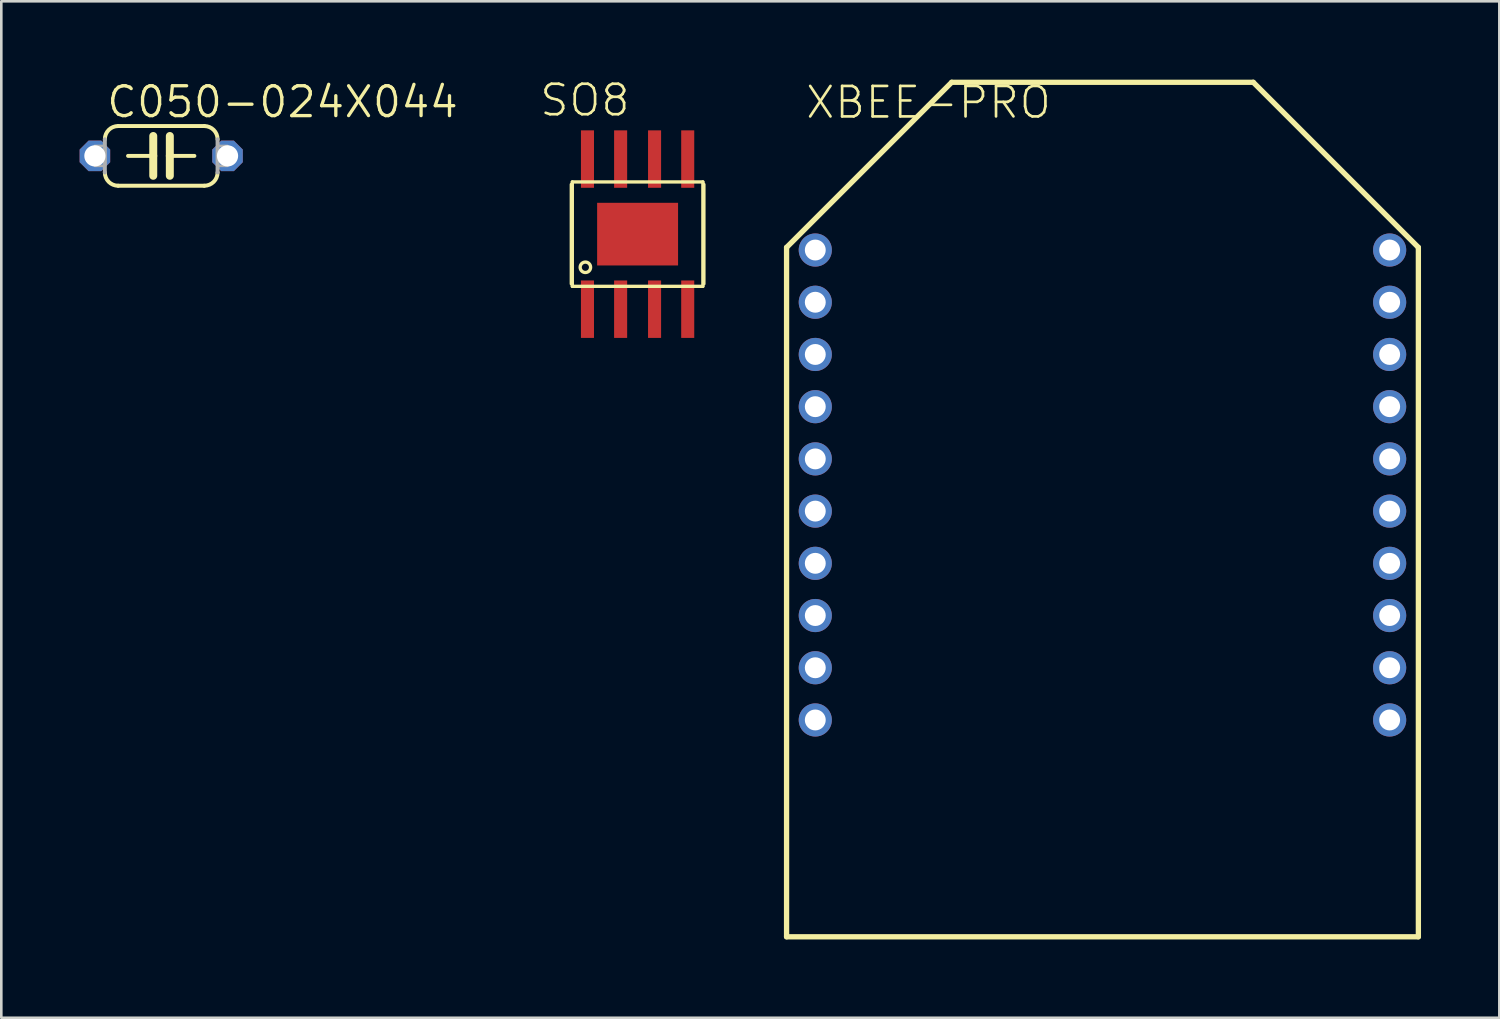
<source format=kicad_pcb>
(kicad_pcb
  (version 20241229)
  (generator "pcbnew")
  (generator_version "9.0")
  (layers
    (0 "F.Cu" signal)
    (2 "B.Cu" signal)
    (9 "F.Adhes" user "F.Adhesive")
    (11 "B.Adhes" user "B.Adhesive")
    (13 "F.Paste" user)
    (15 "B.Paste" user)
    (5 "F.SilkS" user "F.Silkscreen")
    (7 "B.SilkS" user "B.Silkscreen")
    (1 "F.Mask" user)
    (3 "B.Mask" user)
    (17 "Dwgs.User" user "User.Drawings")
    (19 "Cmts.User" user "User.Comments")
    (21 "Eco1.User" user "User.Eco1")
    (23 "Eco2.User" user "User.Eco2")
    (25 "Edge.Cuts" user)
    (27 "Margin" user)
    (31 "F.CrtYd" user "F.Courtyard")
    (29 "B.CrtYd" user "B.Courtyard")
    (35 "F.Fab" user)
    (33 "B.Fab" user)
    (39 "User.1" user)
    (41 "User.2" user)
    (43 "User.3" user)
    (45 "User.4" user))
  (footprint "SO8"
    (layer "F.Cu")
    (at 21.372 5.918)
    (property "Reference" "SO8" (at -3.81 -4.445 0) (layer "F.SilkS") (effects (font (size 1.168 1.168) (thickness 0.102)) (justify left bottom)))
    (fp_line (start -2.54 -1.905) (end -2.54 1.905) (stroke (width 0.127) (type solid)) (layer "F.SilkS"))
    (fp_line (start -2.5 -2) (end 2.5 -2) (stroke (width 0.127) (type solid)) (layer "F.SilkS"))
    (fp_line (start -2.5 2) (end -2.5 -2) (stroke (width 0.127) (type solid)) (layer "F.SilkS"))
    (fp_line (start 2.5 -2) (end 2.5 2) (stroke (width 0.127) (type solid)) (layer "F.SilkS"))
    (fp_line (start 2.5 2) (end -2.5 2) (stroke (width 0.127) (type solid)) (layer "F.SilkS"))
    (fp_line (start 2.54 -1.905) (end 2.54 1.905) (stroke (width 0.127) (type solid)) (layer "F.SilkS"))
    (fp_circle (center -2 1.27) (end -1.8 1.27) (stroke (width 0.127) (type solid)) (fill no) (layer "F.SilkS"))
    (pad "P$1" smd rect (at -1.92 2.875) (size 0.5 2.2) (layers "F.Cu" "F.Mask" "F.Paste"))
    (pad "P$2" smd rect (at -0.65 2.875) (size 0.5 2.2) (layers "F.Cu" "F.Mask" "F.Paste"))
    (pad "P$3" smd rect (at 0.65 2.875) (size 0.5 2.2) (layers "F.Cu" "F.Mask" "F.Paste"))
    (pad "P$4" smd rect (at 1.92 2.875) (size 0.5 2.2) (layers "F.Cu" "F.Mask" "F.Paste"))
    (pad "P$5" smd rect (at 1.92 -2.875) (size 0.5 2.2) (layers "F.Cu" "F.Mask" "F.Paste"))
    (pad "P$6" smd rect (at 0.65 -2.875) (size 0.5 2.2) (layers "F.Cu" "F.Mask" "F.Paste"))
    (pad "P$7" smd rect (at -0.65 -2.875) (size 0.5 2.2) (layers "F.Cu" "F.Mask" "F.Paste"))
    (pad "P$8" smd rect (at -1.92 -2.875) (size 0.5 2.2) (layers "F.Cu" "F.Mask" "F.Paste"))
    (pad "PAD" smd rect (at 0 0) (size 3.1 2.4) (layers "F.Cu" "F.Mask" "F.Paste")))
  (footprint "XBEE-PRO"
    (layer "F.Cu")
    (at 39.178 15.527)
    (property "Reference" "XBEE-PRO" (at -11.43 -13.97 0) (layer "F.SilkS") (effects (font (size 1.168 1.168) (thickness 0.102)) (justify left bottom)))
    (fp_line (start -12.1 -9.1) (end -5.775 -15.425) (stroke (width 0.203) (type solid)) (layer "F.SilkS"))
    (fp_line (start -12.1 17.305) (end -12.1 -9.1) (stroke (width 0.203) (type solid)) (layer "F.SilkS"))
    (fp_line (start -5.775 -15.425) (end 5.775 -15.425) (stroke (width 0.203) (type solid)) (layer "F.SilkS"))
    (fp_line (start 5.775 -15.425) (end 12.1 -9.1) (stroke (width 0.203) (type solid)) (layer "F.SilkS"))
    (fp_line (start 12.1 -9.1) (end 12.1 17.305) (stroke (width 0.203) (type solid)) (layer "F.SilkS"))
    (fp_line (start 12.1 17.305) (end -12.1 17.305) (stroke (width 0.203) (type solid)) (layer "F.SilkS"))
    (pad "1" thru_hole circle (at -11 -9) (size 1.27 1.27) (drill 0.8) (layers "*.Cu" "*.Mask"))
    (pad "2" thru_hole circle (at -11 -7) (size 1.27 1.27) (drill 0.8) (layers "*.Cu" "*.Mask"))
    (pad "3" thru_hole circle (at -11 -5) (size 1.27 1.27) (drill 0.8) (layers "*.Cu" "*.Mask"))
    (pad "4" thru_hole circle (at -11 -3) (size 1.27 1.27) (drill 0.8) (layers "*.Cu" "*.Mask"))
    (pad "5" thru_hole circle (at -11 -1) (size 1.27 1.27) (drill 0.8) (layers "*.Cu" "*.Mask"))
    (pad "6" thru_hole circle (at -11 1) (size 1.27 1.27) (drill 0.8) (layers "*.Cu" "*.Mask"))
    (pad "7" thru_hole circle (at -11 3) (size 1.27 1.27) (drill 0.8) (layers "*.Cu" "*.Mask"))
    (pad "8" thru_hole circle (at -11 5) (size 1.27 1.27) (drill 0.8) (layers "*.Cu" "*.Mask"))
    (pad "9" thru_hole circle (at -11 7) (size 1.27 1.27) (drill 0.8) (layers "*.Cu" "*.Mask"))
    (pad "10" thru_hole circle (at -11 9) (size 1.27 1.27) (drill 0.8) (layers "*.Cu" "*.Mask"))
    (pad "11" thru_hole circle (at 11 9 180) (size 1.27 1.27) (drill 0.8) (layers "*.Cu" "*.Mask"))
    (pad "12" thru_hole circle (at 11 7 180) (size 1.27 1.27) (drill 0.8) (layers "*.Cu" "*.Mask"))
    (pad "13" thru_hole circle (at 11 5 180) (size 1.27 1.27) (drill 0.8) (layers "*.Cu" "*.Mask"))
    (pad "14" thru_hole circle (at 11 3 180) (size 1.27 1.27) (drill 0.8) (layers "*.Cu" "*.Mask"))
    (pad "15" thru_hole circle (at 11 1 180) (size 1.27 1.27) (drill 0.8) (layers "*.Cu" "*.Mask"))
    (pad "16" thru_hole circle (at 11 -1 180) (size 1.27 1.27) (drill 0.8) (layers "*.Cu" "*.Mask"))
    (pad "17" thru_hole circle (at 11 -3 180) (size 1.27 1.27) (drill 0.8) (layers "*.Cu" "*.Mask"))
    (pad "18" thru_hole circle (at 11 -5 180) (size 1.27 1.27) (drill 0.8) (layers "*.Cu" "*.Mask"))
    (pad "19" thru_hole circle (at 11 -7 180) (size 1.27 1.27) (drill 0.8) (layers "*.Cu" "*.Mask"))
    (pad "20" thru_hole circle (at 11 -9 180) (size 1.27 1.27) (drill 0.8) (layers "*.Cu" "*.Mask")))
  (footprint "C050-024X044"
    (layer "F.Cu")
    (at 3.125 2.921)
    (property "Reference" "C050-024X044" (at -2.159 -1.397 0) (layer "F.SilkS") (effects (font (size 1.143 1.143) (thickness 0.127)) (justify left bottom)))
    (fp_line (start -1.27 0) (end -0.305 0) (stroke (width 0.152) (type solid)) (layer "F.SilkS"))
    (fp_line (start -0.305 -0.762) (end -0.305 0) (stroke (width 0.305) (type solid)) (layer "F.SilkS"))
    (fp_line (start -0.305 0) (end -0.305 0.762) (stroke (width 0.305) (type solid)) (layer "F.SilkS"))
    (fp_line (start 0.33 -0.762) (end 0.33 0) (stroke (width 0.305) (type solid)) (layer "F.SilkS"))
    (fp_line (start 0.33 0) (end 0.33 0.762) (stroke (width 0.305) (type solid)) (layer "F.SilkS"))
    (fp_line (start 1.27 0) (end 0.33 0) (stroke (width 0.152) (type solid)) (layer "F.SilkS"))
    (fp_line (start 1.651 -1.143) (end -1.651 -1.143) (stroke (width 0.152) (type solid)) (layer "F.SilkS"))
    (fp_line (start 1.651 1.143) (end -1.651 1.143) (stroke (width 0.152) (type solid)) (layer "F.SilkS"))
    (fp_arc (start -2.159 -0.635) (mid -2.01021 -0.99421) (end -1.651 -1.143) (stroke (width 0.1524) (type solid)) (layer "F.SilkS"))
    (fp_arc (start -1.651 1.143) (mid -2.01021 0.99421) (end -2.159 0.635) (stroke (width 0.1524) (type solid)) (layer "F.SilkS"))
    (fp_arc (start 1.651 -1.143) (mid 2.01021 -0.99421) (end 2.159 -0.635) (stroke (width 0.1524) (type solid)) (layer "F.SilkS"))
    (fp_arc (start 2.159 0.635) (mid 2.01021 0.99421) (end 1.651 1.143) (stroke (width 0.1524) (type solid)) (layer "F.SilkS"))
    (fp_line (start -2.159 0.635) (end -2.159 -0.635) (stroke (width 0.152) (type solid)) (layer "F.Fab"))
    (fp_line (start 2.159 0.635) (end 2.159 -0.635) (stroke (width 0.152) (type solid)) (layer "F.Fab"))
    (fp_poly (pts (xy -2.54 0.381) (xy -2.159 0.381) (xy -2.159 -0.381) (xy -2.54 -0.381)) (stroke (width 0.1) (type default)) (fill no) (layer "F.Fab"))
    (fp_poly (pts (xy 2.159 0.381) (xy 2.54 0.381) (xy 2.54 -0.381) (xy 2.159 -0.381)) (stroke (width 0.1) (type default)) (fill no) (layer "F.Fab"))
    (pad "1" thru_hole roundrect (at -2.54 0) (size 1.17 1.17) (drill 0.813) (layers "*.Cu" "*.Mask") (roundrect_rratio 0.25) (chamfer_ratio 0.293) (chamfer top_left top_right bottom_left bottom_right))
    (pad "2" thru_hole roundrect (at 2.54 0) (size 1.17 1.17) (drill 0.813) (layers "*.Cu" "*.Mask") (roundrect_rratio 0.25) (chamfer_ratio 0.293) (chamfer top_left top_right bottom_left bottom_right)))
  (gr_rect
    (start -3 -3)
    (end 54.379 35.933)
    (stroke (width 0.1) (type default))
    (fill no)
    (layer "Edge.Cuts")))
</source>
